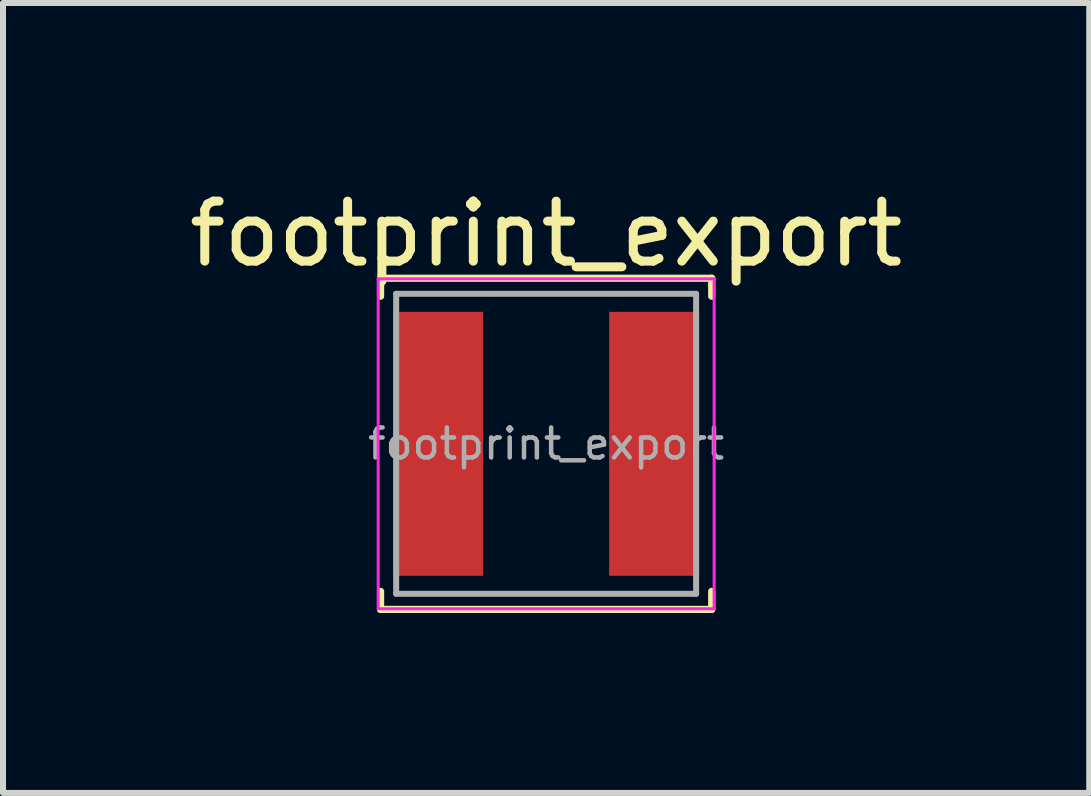
<source format=kicad_pcb>
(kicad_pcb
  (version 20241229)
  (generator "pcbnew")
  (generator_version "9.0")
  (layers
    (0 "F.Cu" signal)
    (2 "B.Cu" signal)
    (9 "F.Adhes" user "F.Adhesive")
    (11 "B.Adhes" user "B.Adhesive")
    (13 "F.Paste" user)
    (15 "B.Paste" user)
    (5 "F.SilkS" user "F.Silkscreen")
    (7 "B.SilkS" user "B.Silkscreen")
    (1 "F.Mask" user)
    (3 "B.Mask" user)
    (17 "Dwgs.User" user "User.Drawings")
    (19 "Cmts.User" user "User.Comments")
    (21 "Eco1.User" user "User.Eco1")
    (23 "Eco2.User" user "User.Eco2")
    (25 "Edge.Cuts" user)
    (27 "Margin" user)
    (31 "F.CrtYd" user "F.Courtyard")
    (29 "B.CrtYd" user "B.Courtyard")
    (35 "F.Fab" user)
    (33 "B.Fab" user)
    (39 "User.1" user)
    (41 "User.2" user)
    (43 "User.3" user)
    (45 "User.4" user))
  (footprint "footprint_export"
    (layer "F.Cu")
    (at 6.054 4.348)
    (property "Reference" "footprint_export" (at 0 -3.5 0) (layer "F.SilkS") (effects (font (size 1 1) (thickness 0.15))))
    (attr smd)
    (fp_line (start -2.76 -2.76) (end -2.76 -2.46) (stroke (width 0.12) (type solid)) (layer "F.SilkS"))
    (fp_line (start -2.76 -2.76) (end 2.76 -2.76) (stroke (width 0.12) (type solid)) (layer "F.SilkS"))
    (fp_line (start -2.76 2.76) (end -2.76 2.46) (stroke (width 0.12) (type solid)) (layer "F.SilkS"))
    (fp_line (start -2.76 2.76) (end 2.76 2.76) (stroke (width 0.12) (type solid)) (layer "F.SilkS"))
    (fp_line (start 2.76 -2.76) (end 2.76 -2.46) (stroke (width 0.12) (type solid)) (layer "F.SilkS"))
    (fp_line (start 2.76 2.76) (end 2.76 2.46) (stroke (width 0.12) (type solid)) (layer "F.SilkS"))
    (fp_line (start -2.8 -2.75) (end -2.8 2.75) (stroke (width 0.05) (type solid)) (layer "F.CrtYd"))
    (fp_line (start -2.8 2.75) (end 2.8 2.75) (stroke (width 0.05) (type solid)) (layer "F.CrtYd"))
    (fp_line (start 2.8 -2.75) (end -2.8 -2.75) (stroke (width 0.05) (type solid)) (layer "F.CrtYd"))
    (fp_line (start 2.8 2.75) (end 2.8 -2.75) (stroke (width 0.05) (type solid)) (layer "F.CrtYd"))
    (fp_line (start -2.5 -2.5) (end -2.5 2.5) (stroke (width 0.1) (type solid)) (layer "F.Fab"))
    (fp_line (start -2.5 2.5) (end 2.5 2.5) (stroke (width 0.1) (type solid)) (layer "F.Fab"))
    (fp_line (start 2.5 -2.5) (end -2.5 -2.5) (stroke (width 0.1) (type solid)) (layer "F.Fab"))
    (fp_line (start 2.5 2.5) (end 2.5 -2.5) (stroke (width 0.1) (type solid)) (layer "F.Fab"))
    (fp_text user "${REFERENCE}" (at 0 0 0) (layer "F.Fab") (effects (font (size 0.5 0.5) (thickness 0.075))))
    (pad "1" smd rect (at -1.8 0) (size 1.5 4.4) (layers "F.Cu" "F.Mask" "F.Paste"))
    (pad "2" smd rect (at 1.8 0) (size 1.5 4.4) (layers "F.Cu" "F.Mask" "F.Paste")))
  (gr_rect
    (start -3 -3)
    (end 15.107 10.168)
    (stroke (width 0.1) (type default))
    (fill no)
    (layer "Edge.Cuts")))
</source>
